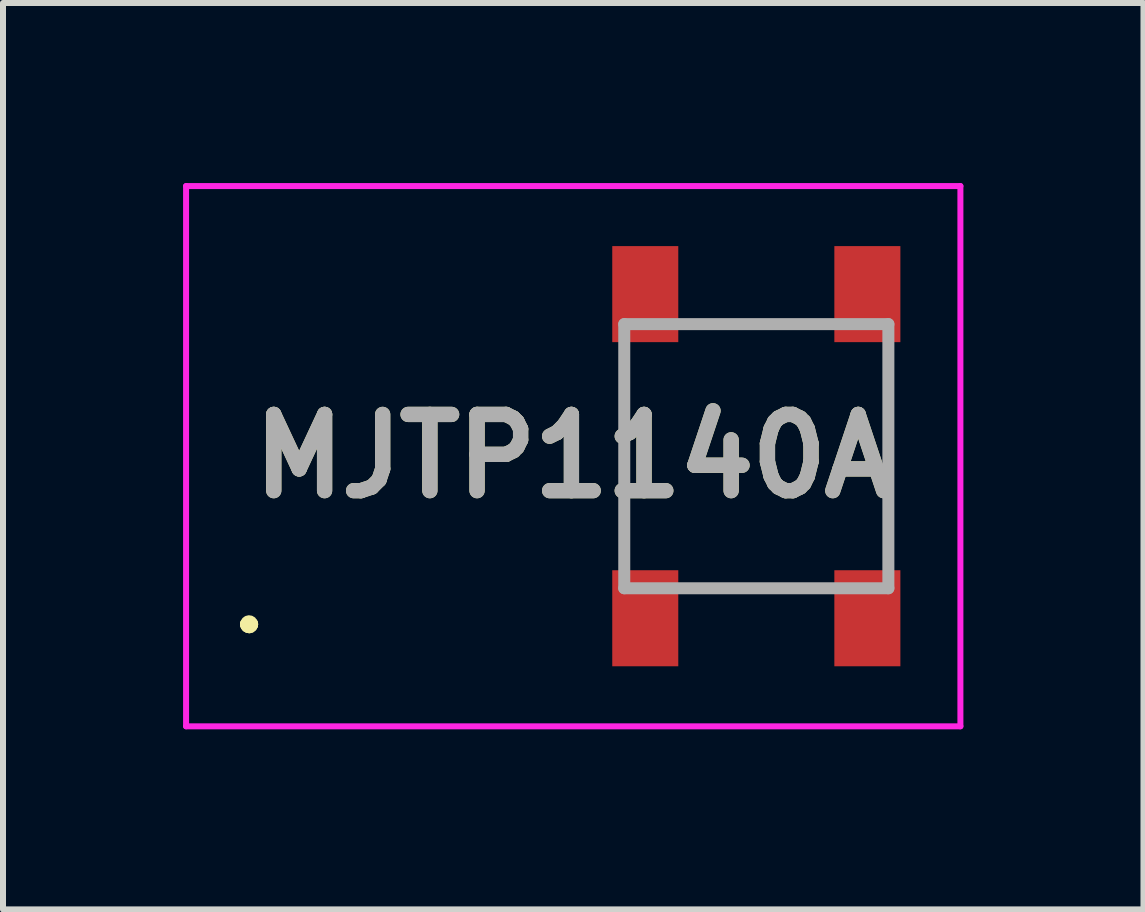
<source format=kicad_pcb>
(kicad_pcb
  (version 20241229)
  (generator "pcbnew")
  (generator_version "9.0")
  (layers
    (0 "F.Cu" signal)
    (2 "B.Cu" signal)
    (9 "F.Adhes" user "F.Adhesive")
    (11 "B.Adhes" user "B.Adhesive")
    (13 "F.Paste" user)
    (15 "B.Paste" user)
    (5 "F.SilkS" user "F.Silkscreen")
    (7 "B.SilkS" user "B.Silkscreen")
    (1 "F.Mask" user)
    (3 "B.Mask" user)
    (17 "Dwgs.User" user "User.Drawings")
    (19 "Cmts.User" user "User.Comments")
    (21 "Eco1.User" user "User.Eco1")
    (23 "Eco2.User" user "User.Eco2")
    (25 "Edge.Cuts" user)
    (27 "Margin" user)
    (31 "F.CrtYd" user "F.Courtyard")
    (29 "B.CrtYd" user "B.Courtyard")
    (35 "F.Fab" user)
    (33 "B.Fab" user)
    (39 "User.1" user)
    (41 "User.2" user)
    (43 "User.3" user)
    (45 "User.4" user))
  (footprint "MJTP1140A"
    (layer "F.Cu")
    (at 9.55 4.55)
    (property "Reference" "MJTP1140A" (at -3.05 0 0) (layer "F.SilkS") (effects (font (size 1.27 1.27) (thickness 0.254))))
    (attr smd)
    (fp_line (start -8.5 2.8) (end -8.5 2.8) (stroke (width 0.2) (type solid)) (layer "F.SilkS"))
    (fp_line (start -8.5 2.8) (end -8.5 2.8) (stroke (width 0.2) (type solid)) (layer "F.SilkS"))
    (fp_line (start -8.4 2.8) (end -8.4 2.8) (stroke (width 0.2) (type solid)) (layer "F.SilkS"))
    (fp_line (start -2.2 -1.4) (end -2.2 -1.4) (stroke (width 0.1) (type solid)) (layer "F.SilkS"))
    (fp_line (start -2.2 -1.4) (end -2.2 1.4) (stroke (width 0.1) (type solid)) (layer "F.SilkS"))
    (fp_line (start -2.2 1.4) (end -2.2 -1.4) (stroke (width 0.1) (type solid)) (layer "F.SilkS"))
    (fp_line (start -2.2 1.4) (end -2.2 1.4) (stroke (width 0.1) (type solid)) (layer "F.SilkS"))
    (fp_line (start -0.8 -2.2) (end -0.8 -2.2) (stroke (width 0.1) (type solid)) (layer "F.SilkS"))
    (fp_line (start -0.8 -2.2) (end 0.8 -2.2) (stroke (width 0.1) (type solid)) (layer "F.SilkS"))
    (fp_line (start -0.8 2.2) (end -0.8 2.2) (stroke (width 0.1) (type solid)) (layer "F.SilkS"))
    (fp_line (start -0.8 2.2) (end 0.8 2.2) (stroke (width 0.1) (type solid)) (layer "F.SilkS"))
    (fp_line (start 0.8 -2.2) (end -0.8 -2.2) (stroke (width 0.1) (type solid)) (layer "F.SilkS"))
    (fp_line (start 0.8 -2.2) (end 0.8 -2.2) (stroke (width 0.1) (type solid)) (layer "F.SilkS"))
    (fp_line (start 0.8 2.2) (end -0.8 2.2) (stroke (width 0.1) (type solid)) (layer "F.SilkS"))
    (fp_line (start 0.8 2.2) (end 0.8 2.2) (stroke (width 0.1) (type solid)) (layer "F.SilkS"))
    (fp_line (start 2.2 -1.4) (end 2.2 -1.4) (stroke (width 0.1) (type solid)) (layer "F.SilkS"))
    (fp_line (start 2.2 -1.4) (end 2.2 1.4) (stroke (width 0.1) (type solid)) (layer "F.SilkS"))
    (fp_line (start 2.2 1.4) (end 2.2 -1.4) (stroke (width 0.1) (type solid)) (layer "F.SilkS"))
    (fp_line (start 2.2 1.4) (end 2.2 1.4) (stroke (width 0.1) (type solid)) (layer "F.SilkS"))
    (fp_arc (start -8.5 2.8) (mid -8.45 2.75) (end -8.4 2.8) (stroke (width 0.2) (type solid)) (layer "F.SilkS"))
    (fp_arc (start -8.4 2.8) (mid -8.45 2.85) (end -8.5 2.8) (stroke (width 0.2) (type solid)) (layer "F.SilkS"))
    (fp_arc (start -8.4 2.8) (mid -8.45 2.85) (end -8.5 2.8) (stroke (width 0.2) (type solid)) (layer "F.SilkS"))
    (fp_line (start -9.5 -4.5) (end 3.4 -4.5) (stroke (width 0.1) (type solid)) (layer "F.CrtYd"))
    (fp_line (start -9.5 4.5) (end -9.5 -4.5) (stroke (width 0.1) (type solid)) (layer "F.CrtYd"))
    (fp_line (start 3.4 -4.5) (end 3.4 4.5) (stroke (width 0.1) (type solid)) (layer "F.CrtYd"))
    (fp_line (start 3.4 4.5) (end -9.5 4.5) (stroke (width 0.1) (type solid)) (layer "F.CrtYd"))
    (fp_line (start -2.2 -2.2) (end -2.2 2.2) (stroke (width 0.2) (type solid)) (layer "F.Fab"))
    (fp_line (start -2.2 2.2) (end 2.2 2.2) (stroke (width 0.2) (type solid)) (layer "F.Fab"))
    (fp_line (start 2.2 -2.2) (end -2.2 -2.2) (stroke (width 0.2) (type solid)) (layer "F.Fab"))
    (fp_line (start 2.2 2.2) (end 2.2 -2.2) (stroke (width 0.2) (type solid)) (layer "F.Fab"))
    (fp_text user "${REFERENCE}" (at -3.05 0 0) (layer "F.Fab") (effects (font (size 1.27 1.27) (thickness 0.254))))
    (pad "1" smd rect (at -1.85 2.7) (size 1.1 1.6) (layers "F.Cu" "F.Mask" "F.Paste"))
    (pad "2" smd rect (at 1.85 2.7) (size 1.1 1.6) (layers "F.Cu" "F.Mask" "F.Paste"))
    (pad "3" smd rect (at 1.85 -2.7) (size 1.1 1.6) (layers "F.Cu" "F.Mask" "F.Paste"))
    (pad "4" smd rect (at -1.85 -2.7) (size 1.1 1.6) (layers "F.Cu" "F.Mask" "F.Paste")))
  (gr_rect
    (start -3 -3)
    (end 16 12.1)
    (stroke (width 0.1) (type default))
    (fill no)
    (layer "Edge.Cuts")))
</source>
